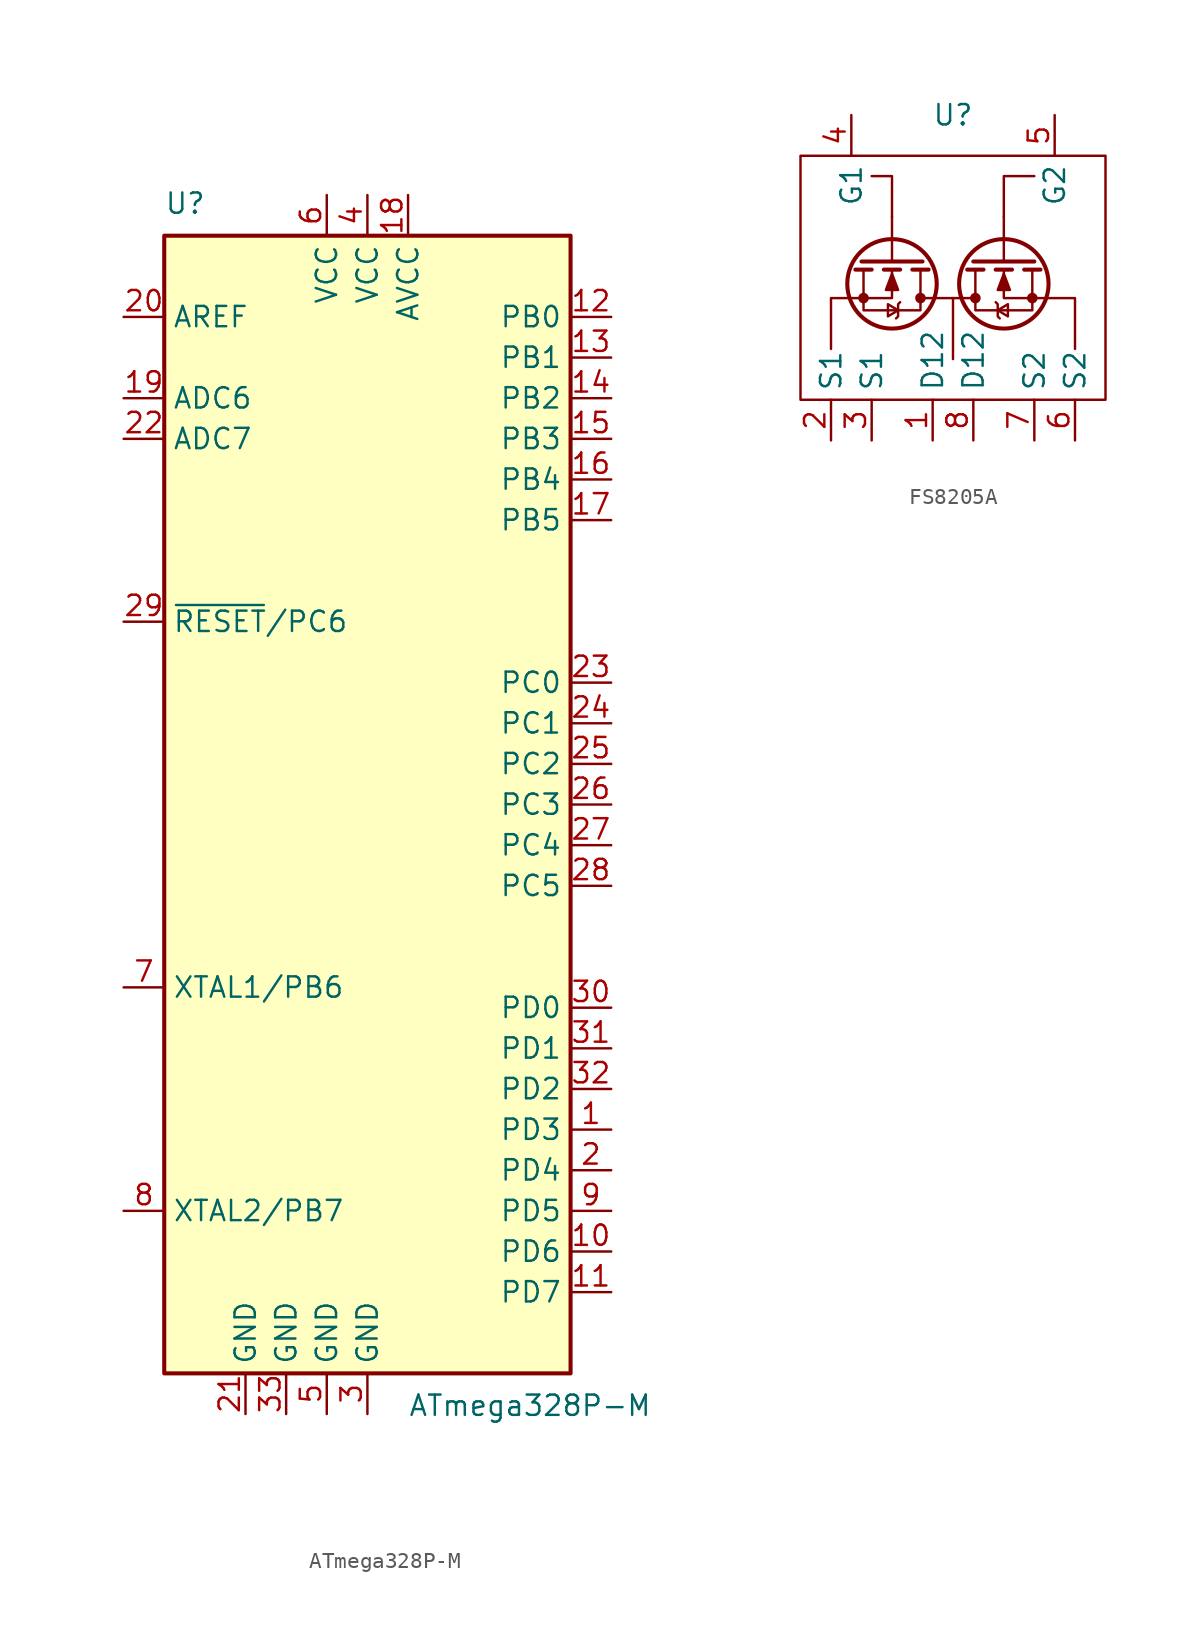
<source format=kicad_sym>
(kicad_symbol_lib
  (version 20231120)
  (generator "kicad_symbol_editor")
  (generator_version "8.0")
  (symbol "ATmega328P-M"
    (property "Reference" "U"
      (at -12.7 36.83 0)
      (effects (font (size 1.27 1.27)) (justify left bottom)))
    (property "Value" "ATmega328P-M"
      (at 2.54 -36.83 0)
      (effects (font (size 1.27 1.27)) (justify left top)))
    (symbol "ATmega328P-M_0_1"
      (rectangle (start -12.7 -35.56) (end 12.7 35.56) (stroke (width 0.254) (type default)) (fill (type background))))
    (symbol "ATmega328P-M_1_1"
      (pin bidirectional line (at 15.24 -20.32 180) (length 2.54) (name "PD3" (effects (font (size 1.27 1.27)))) (number "1" (effects (font (size 1.27 1.27)))))
      (pin bidirectional line (at 15.24 -27.94 180) (length 2.54) (name "PD6" (effects (font (size 1.27 1.27)))) (number "10" (effects (font (size 1.27 1.27)))))
      (pin bidirectional line (at 15.24 -30.48 180) (length 2.54) (name "PD7" (effects (font (size 1.27 1.27)))) (number "11" (effects (font (size 1.27 1.27)))))
      (pin bidirectional line (at 15.24 30.48 180) (length 2.54) (name "PB0" (effects (font (size 1.27 1.27)))) (number "12" (effects (font (size 1.27 1.27)))))
      (pin bidirectional line (at 15.24 27.94 180) (length 2.54) (name "PB1" (effects (font (size 1.27 1.27)))) (number "13" (effects (font (size 1.27 1.27)))))
      (pin bidirectional line (at 15.24 25.4 180) (length 2.54) (name "PB2" (effects (font (size 1.27 1.27)))) (number "14" (effects (font (size 1.27 1.27)))))
      (pin bidirectional line (at 15.24 22.86 180) (length 2.54) (name "PB3" (effects (font (size 1.27 1.27)))) (number "15" (effects (font (size 1.27 1.27)))))
      (pin bidirectional line (at 15.24 20.32 180) (length 2.54) (name "PB4" (effects (font (size 1.27 1.27)))) (number "16" (effects (font (size 1.27 1.27)))))
      (pin bidirectional line (at 15.24 17.78 180) (length 2.54) (name "PB5" (effects (font (size 1.27 1.27)))) (number "17" (effects (font (size 1.27 1.27)))))
      (pin power_in line (at 2.54 38.1 270) (length 2.54) (name "AVCC" (effects (font (size 1.27 1.27)))) (number "18" (effects (font (size 1.27 1.27)))))
      (pin input line (at -15.24 25.4 0) (length 2.54) (name "ADC6" (effects (font (size 1.27 1.27)))) (number "19" (effects (font (size 1.27 1.27)))))
      (pin bidirectional line (at 15.24 -22.86 180) (length 2.54) (name "PD4" (effects (font (size 1.27 1.27)))) (number "2" (effects (font (size 1.27 1.27)))))
      (pin passive line (at -15.24 30.48 0) (length 2.54) (name "AREF" (effects (font (size 1.27 1.27)))) (number "20" (effects (font (size 1.27 1.27)))))
      (pin power_in line (at -7.62 -38.1 90) (length 2.54) (name "GND" (effects (font (size 1.27 1.27)))) (number "21" (effects (font (size 1.27 1.27)))))
      (pin input line (at -15.24 22.86 0) (length 2.54) (name "ADC7" (effects (font (size 1.27 1.27)))) (number "22" (effects (font (size 1.27 1.27)))))
      (pin bidirectional line (at 15.24 7.62 180) (length 2.54) (name "PC0" (effects (font (size 1.27 1.27)))) (number "23" (effects (font (size 1.27 1.27)))))
      (pin bidirectional line (at 15.24 5.08 180) (length 2.54) (name "PC1" (effects (font (size 1.27 1.27)))) (number "24" (effects (font (size 1.27 1.27)))))
      (pin bidirectional line (at 15.24 2.54 180) (length 2.54) (name "PC2" (effects (font (size 1.27 1.27)))) (number "25" (effects (font (size 1.27 1.27)))))
      (pin bidirectional line (at 15.24 0 180) (length 2.54) (name "PC3" (effects (font (size 1.27 1.27)))) (number "26" (effects (font (size 1.27 1.27)))))
      (pin bidirectional line (at 15.24 -2.54 180) (length 2.54) (name "PC4" (effects (font (size 1.27 1.27)))) (number "27" (effects (font (size 1.27 1.27)))))
      (pin bidirectional line (at 15.24 -5.08 180) (length 2.54) (name "PC5" (effects (font (size 1.27 1.27)))) (number "28" (effects (font (size 1.27 1.27)))))
      (pin bidirectional line (at -15.24 11.43 0) (length 2.54) (name "~{RESET}/PC6" (effects (font (size 1.27 1.27)))) (number "29" (effects (font (size 1.27 1.27)))))
      (pin power_in line (at 0 -38.1 90) (length 2.54) (name "GND" (effects (font (size 1.27 1.27)))) (number "3" (effects (font (size 1.27 1.27)))))
      (pin bidirectional line (at 15.24 -12.7 180) (length 2.54) (name "PD0" (effects (font (size 1.27 1.27)))) (number "30" (effects (font (size 1.27 1.27)))))
      (pin bidirectional line (at 15.24 -15.24 180) (length 2.54) (name "PD1" (effects (font (size 1.27 1.27)))) (number "31" (effects (font (size 1.27 1.27)))))
      (pin bidirectional line (at 15.24 -17.78 180) (length 2.54) (name "PD2" (effects (font (size 1.27 1.27)))) (number "32" (effects (font (size 1.27 1.27)))))
      (pin power_in line (at -5.08 -38.1 90) (length 2.54) (name "GND" (effects (font (size 1.27 1.27)))) (number "33" (effects (font (size 1.27 1.27)))))
      (pin power_in line (at 0 38.1 270) (length 2.54) (name "VCC" (effects (font (size 1.27 1.27)))) (number "4" (effects (font (size 1.27 1.27)))))
      (pin power_in line (at -2.54 -38.1 90) (length 2.54) (name "GND" (effects (font (size 1.27 1.27)))) (number "5" (effects (font (size 1.27 1.27)))))
      (pin power_in line (at -2.54 38.1 270) (length 2.54) (name "VCC" (effects (font (size 1.27 1.27)))) (number "6" (effects (font (size 1.27 1.27)))))
      (pin bidirectional line (at -15.24 -11.43 0) (length 2.54) (name "XTAL1/PB6" (effects (font (size 1.27 1.27)))) (number "7" (effects (font (size 1.27 1.27)))))
      (pin bidirectional line (at -15.24 -25.4 0) (length 2.54) (name "XTAL2/PB7" (effects (font (size 1.27 1.27)))) (number "8" (effects (font (size 1.27 1.27)))))
      (pin bidirectional line (at 15.24 -25.4 180) (length 2.54) (name "PD5" (effects (font (size 1.27 1.27)))) (number "9" (effects (font (size 1.27 1.27)))))))
  (symbol "FS8205A"
    (property "Reference" "U"
      (at 0 0 0)
      (effects (font (size 1.27 1.27))))
    (property "Value" ""
      (at 0 0 0)
      (effects (font (size 1.27 1.27))))
    (symbol "FS8205A_0_1"
      (circle (center -5.588 -11.43) (radius 0.254) (stroke (width 0) (type default)) (fill (type outline)))
      (circle (center -3.81 -10.541) (radius 2.794) (stroke (width 0.254) (type default)) (fill (type none)))
      (circle (center -2.032 -11.43) (radius 0.254) (stroke (width 0) (type default)) (fill (type outline)))
      (polyline (pts (xy -5.08 -9.652) (xy -6.096 -9.652)) (stroke (width 0.254) (type default)) (fill (type none)))
      (polyline (pts (xy -3.81 -9.144) (xy -3.81 -6.35)) (stroke (width 0) (type default)) (fill (type none)))
      (polyline (pts (xy -3.302 -9.652) (xy -4.318 -9.652)) (stroke (width 0.254) (type default)) (fill (type none)))
      (polyline (pts (xy -1.905 -9.144) (xy -5.715 -9.144)) (stroke (width 0.254) (type default)) (fill (type none)))
      (polyline (pts (xy -1.524 -9.652) (xy -2.54 -9.652)) (stroke (width 0.254) (type default)) (fill (type none)))
      (polyline (pts (xy -1.27 -11.43) (xy -2.032 -11.43)) (stroke (width 0) (type default)) (fill (type none)))
      (polyline (pts (xy 0.635 -11.43) (xy -1.27 -11.43)) (stroke (width 0) (type default)) (fill (type none)))
      (polyline (pts (xy 0.635 -11.43) (xy 1.397 -11.43)) (stroke (width 0) (type default)) (fill (type none)))
      (polyline (pts (xy 0.889 -9.652) (xy 1.905 -9.652)) (stroke (width 0.254) (type default)) (fill (type none)))
      (polyline (pts (xy 1.27 -9.144) (xy 5.08 -9.144)) (stroke (width 0.254) (type default)) (fill (type none)))
      (polyline (pts (xy 2.667 -9.652) (xy 3.683 -9.652)) (stroke (width 0.254) (type default)) (fill (type none)))
      (polyline (pts (xy 3.175 -9.144) (xy 3.175 -6.35)) (stroke (width 0) (type default)) (fill (type none)))
      (polyline (pts (xy 4.445 -9.652) (xy 5.461 -9.652)) (stroke (width 0.254) (type default)) (fill (type none)))
      (polyline (pts (xy -6.35 -11.43) (xy -3.81 -11.43) (xy -3.81 -9.652)) (stroke (width 0) (type default)) (fill (type none)))
      (polyline (pts (xy 5.715 -11.43) (xy 3.175 -11.43) (xy 3.175 -9.652)) (stroke (width 0) (type default)) (fill (type none)))
      (polyline (pts (xy -5.588 -9.652) (xy -5.588 -12.192) (xy -2.032 -12.192) (xy -2.032 -9.652)) (stroke (width 0) (type default)) (fill (type none)))
      (polyline (pts (xy -3.81 -9.906) (xy -3.429 -10.922) (xy -4.191 -10.922) (xy -3.81 -9.906)) (stroke (width 0) (type default)) (fill (type outline)))
      (polyline (pts (xy -3.429 -12.192) (xy -4.064 -11.811) (xy -4.064 -12.573) (xy -3.429 -12.192)) (stroke (width 0) (type default)) (fill (type none)))
      (polyline (pts (xy -3.302 -11.684) (xy -3.429 -11.811) (xy -3.429 -12.573) (xy -3.556 -12.7)) (stroke (width 0) (type default)) (fill (type none)))
      (polyline (pts (xy 2.667 -11.684) (xy 2.794 -11.811) (xy 2.794 -12.573) (xy 2.921 -12.7)) (stroke (width 0) (type default)) (fill (type none)))
      (polyline (pts (xy 2.794 -12.192) (xy 3.429 -11.811) (xy 3.429 -12.573) (xy 2.794 -12.192)) (stroke (width 0) (type default)) (fill (type none)))
      (polyline (pts (xy 3.175 -9.906) (xy 2.794 -10.922) (xy 3.556 -10.922) (xy 3.175 -9.906)) (stroke (width 0) (type default)) (fill (type outline)))
      (polyline (pts (xy 4.953 -9.652) (xy 4.953 -12.192) (xy 1.397 -12.192) (xy 1.397 -9.652)) (stroke (width 0) (type default)) (fill (type none)))
      (circle (center 1.397 -11.43) (radius 0.254) (stroke (width 0) (type default)) (fill (type outline)))
      (circle (center 3.175 -10.541) (radius 2.794) (stroke (width 0.254) (type default)) (fill (type none)))
      (circle (center 4.953 -11.43) (radius 0.254) (stroke (width 0) (type default)) (fill (type outline))))
    (symbol "FS8205A_1_1"
      (rectangle (start -9.525 -2.54) (end 9.525 -17.78) (stroke (width 0) (type default)) (fill (type none)))
      (polyline (pts (xy 0 -11.43) (xy 0 -15.24)) (stroke (width 0) (type default)) (fill (type none)))
      (polyline (pts (xy -6.35 -11.43) (xy -7.62 -11.43) (xy -7.62 -14.605)) (stroke (width 0) (type default)) (fill (type none)))
      (polyline (pts (xy -3.81 -6.35) (xy -3.81 -3.81) (xy -5.08 -3.81)) (stroke (width 0) (type default)) (fill (type none)))
      (polyline (pts (xy 3.175 -6.35) (xy 3.175 -3.81) (xy 5.08 -3.81)) (stroke (width 0) (type default)) (fill (type none)))
      (polyline (pts (xy 5.715 -11.43) (xy 7.62 -11.43) (xy 7.62 -14.605)) (stroke (width 0) (type default)) (fill (type none)))
      (pin output line (at -1.27 -20.32 90) (length 2.54) (name "D12" (effects (font (size 1.27 1.27)))) (number "1" (effects (font (size 1.27 1.27)))))
      (pin output line (at -7.62 -20.32 90) (length 2.54) (name "S1" (effects (font (size 1.27 1.27)))) (number "2" (effects (font (size 1.27 1.27)))))
      (pin output line (at -5.08 -20.32 90) (length 2.54) (name "S1" (effects (font (size 1.27 1.27)))) (number "3" (effects (font (size 1.27 1.27)))))
      (pin output line (at -6.35 0 270) (length 2.54) (name "G1" (effects (font (size 1.27 1.27)))) (number "4" (effects (font (size 1.27 1.27)))))
      (pin output line (at 6.35 0 270) (length 2.54) (name "G2" (effects (font (size 1.27 1.27)))) (number "5" (effects (font (size 1.27 1.27)))))
      (pin output line (at 7.62 -20.32 90) (length 2.54) (name "S2" (effects (font (size 1.27 1.27)))) (number "6" (effects (font (size 1.27 1.27)))))
      (pin output line (at 5.08 -20.32 90) (length 2.54) (name "S2" (effects (font (size 1.27 1.27)))) (number "7" (effects (font (size 1.27 1.27)))))
      (pin output line (at 1.27 -20.32 90) (length 2.54) (name "D12" (effects (font (size 1.27 1.27)))) (number "8" (effects (font (size 1.27 1.27))))))))
</source>
